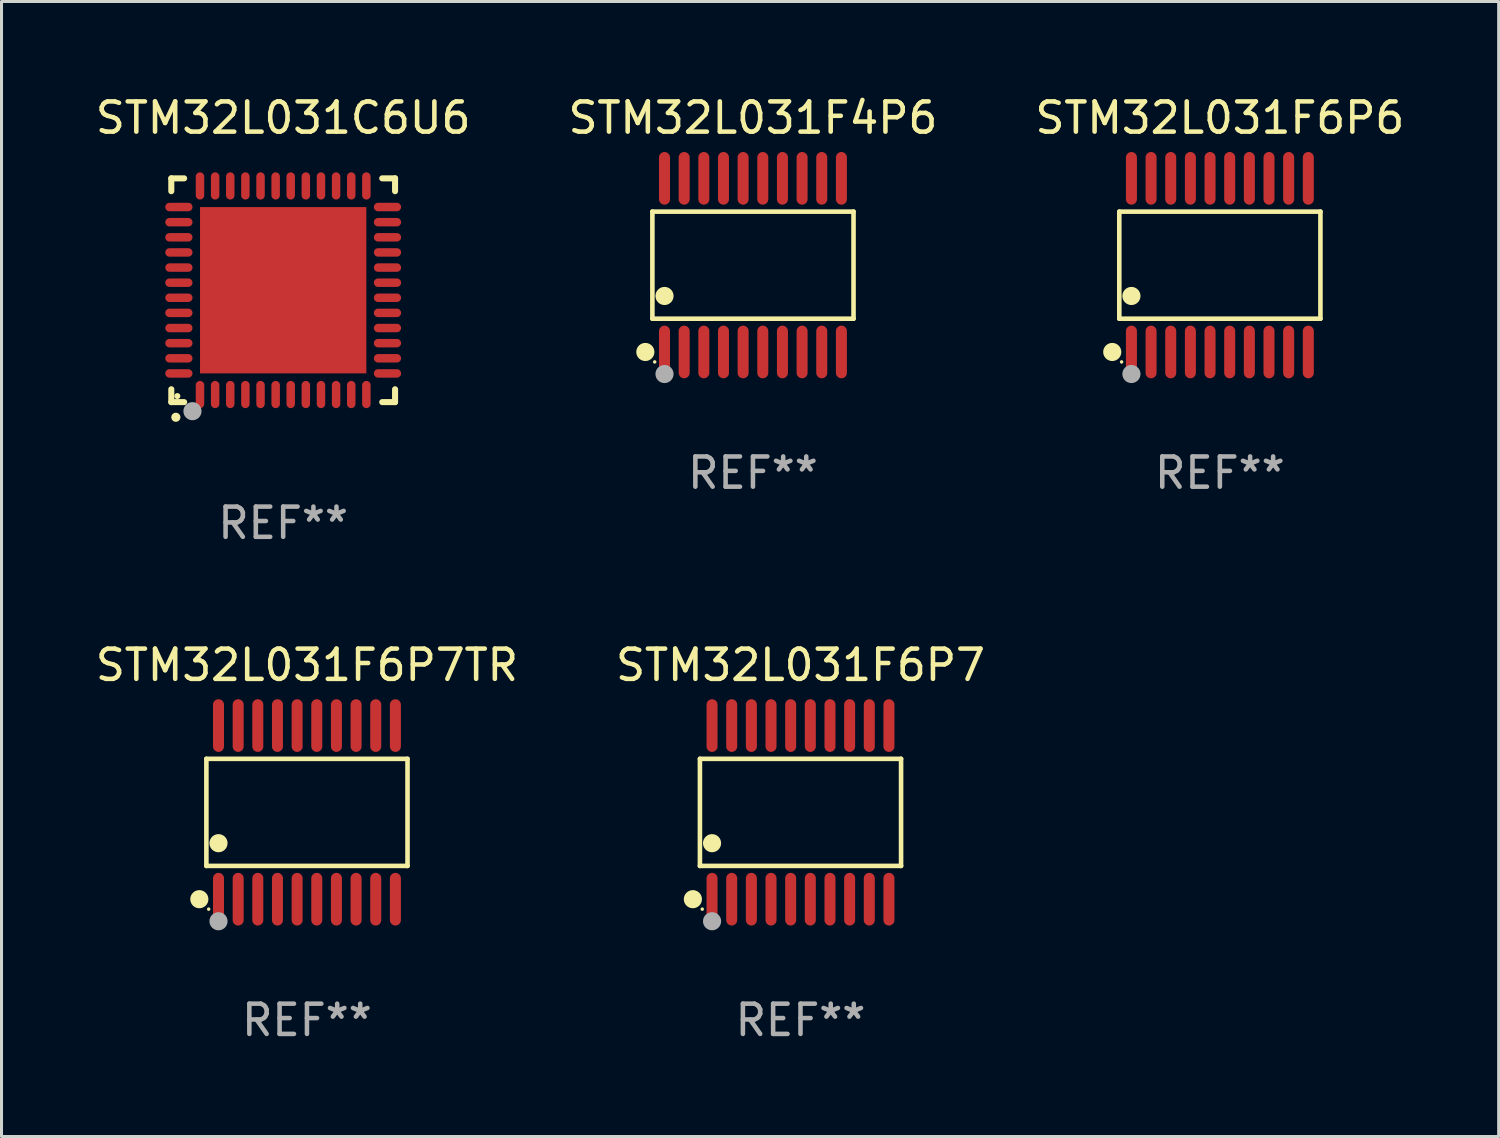
<source format=kicad_pcb>
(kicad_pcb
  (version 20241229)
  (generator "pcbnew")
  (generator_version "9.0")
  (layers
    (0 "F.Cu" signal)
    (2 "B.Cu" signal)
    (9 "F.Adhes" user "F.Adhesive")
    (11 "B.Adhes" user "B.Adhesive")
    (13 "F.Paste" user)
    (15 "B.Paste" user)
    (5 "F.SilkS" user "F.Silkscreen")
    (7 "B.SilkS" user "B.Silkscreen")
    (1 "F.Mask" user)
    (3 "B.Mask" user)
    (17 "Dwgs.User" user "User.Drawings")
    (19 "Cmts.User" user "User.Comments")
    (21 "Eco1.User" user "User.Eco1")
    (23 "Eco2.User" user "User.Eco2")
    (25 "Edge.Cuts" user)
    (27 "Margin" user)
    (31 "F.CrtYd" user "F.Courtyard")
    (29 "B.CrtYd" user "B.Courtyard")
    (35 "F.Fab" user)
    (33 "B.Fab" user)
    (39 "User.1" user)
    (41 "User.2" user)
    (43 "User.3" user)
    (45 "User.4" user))
  (footprint "STM32L031F6P7"
    (layer "F.Cu")
    (at 23.423 23.816)
    (property "Reference" "STM32L031F6P7" (at 0 -4.871 0) (layer "F.SilkS") (effects (font (size 1 1) (thickness 0.15))))
    (attr through_hole)
    (fp_line (start -3.326 -1.771) (end 3.326 -1.771) (stroke (width 0.152) (type solid)) (layer "F.SilkS"))
    (fp_line (start -3.326 1.771) (end -3.326 -1.771) (stroke (width 0.152) (type solid)) (layer "F.SilkS"))
    (fp_line (start 3.326 -1.771) (end 3.326 1.771) (stroke (width 0.152) (type solid)) (layer "F.SilkS"))
    (fp_line (start 3.326 1.771) (end -3.326 1.771) (stroke (width 0.152) (type solid)) (layer "F.SilkS"))
    (fp_circle (center -3.559 2.871) (end -3.409 2.871) (stroke (width 0.3) (type solid)) (fill no) (layer "F.SilkS"))
    (fp_circle (center -3.25 3.2) (end -3.22 3.2) (stroke (width 0.06) (type solid)) (fill no) (layer "F.SilkS"))
    (fp_circle (center -2.925 1.019) (end -2.775 1.019) (stroke (width 0.3) (type solid)) (fill no) (layer "F.SilkS"))
    (fp_circle (center -2.925 3.6) (end -2.775 3.6) (stroke (width 0.3) (type solid)) (fill no) (layer "F.Fab"))
    (fp_text user "REF**" (at 0 6.871 0) (layer "F.Fab") (effects (font (size 1 1) (thickness 0.15))))
    (pad "1" smd oval (at -2.925 2.871) (size 0.364 1.742) (layers "F.Cu" "F.Mask" "F.Paste"))
    (pad "2" smd oval (at -2.275 2.871) (size 0.364 1.742) (layers "F.Cu" "F.Mask" "F.Paste"))
    (pad "3" smd oval (at -1.625 2.871) (size 0.364 1.742) (layers "F.Cu" "F.Mask" "F.Paste"))
    (pad "4" smd oval (at -0.975 2.871) (size 0.364 1.742) (layers "F.Cu" "F.Mask" "F.Paste"))
    (pad "5" smd oval (at -0.325 2.871) (size 0.364 1.742) (layers "F.Cu" "F.Mask" "F.Paste"))
    (pad "6" smd oval (at 0.325 2.871) (size 0.364 1.742) (layers "F.Cu" "F.Mask" "F.Paste"))
    (pad "7" smd oval (at 0.975 2.871) (size 0.364 1.742) (layers "F.Cu" "F.Mask" "F.Paste"))
    (pad "8" smd oval (at 1.625 2.871) (size 0.364 1.742) (layers "F.Cu" "F.Mask" "F.Paste"))
    (pad "9" smd oval (at 2.275 2.871) (size 0.364 1.742) (layers "F.Cu" "F.Mask" "F.Paste"))
    (pad "10" smd oval (at 2.925 2.871) (size 0.364 1.742) (layers "F.Cu" "F.Mask" "F.Paste"))
    (pad "11" smd oval (at 2.925 -2.871) (size 0.364 1.742) (layers "F.Cu" "F.Mask" "F.Paste"))
    (pad "12" smd oval (at 2.275 -2.871) (size 0.364 1.742) (layers "F.Cu" "F.Mask" "F.Paste"))
    (pad "13" smd oval (at 1.625 -2.871) (size 0.364 1.742) (layers "F.Cu" "F.Mask" "F.Paste"))
    (pad "14" smd oval (at 0.975 -2.871) (size 0.364 1.742) (layers "F.Cu" "F.Mask" "F.Paste"))
    (pad "15" smd oval (at 0.325 -2.871) (size 0.364 1.742) (layers "F.Cu" "F.Mask" "F.Paste"))
    (pad "16" smd oval (at -0.325 -2.871) (size 0.364 1.742) (layers "F.Cu" "F.Mask" "F.Paste"))
    (pad "17" smd oval (at -0.975 -2.871) (size 0.364 1.742) (layers "F.Cu" "F.Mask" "F.Paste"))
    (pad "18" smd oval (at -1.625 -2.871) (size 0.364 1.742) (layers "F.Cu" "F.Mask" "F.Paste"))
    (pad "19" smd oval (at -2.275 -2.871) (size 0.364 1.742) (layers "F.Cu" "F.Mask" "F.Paste"))
    (pad "20" smd oval (at -2.925 -2.871) (size 0.364 1.742) (layers "F.Cu" "F.Mask" "F.Paste")))
  (footprint "STM32L031F6P7TR"
    (layer "F.Cu")
    (at 7.101 23.816)
    (property "Reference" "STM32L031F6P7TR" (at 0 -4.871 0) (layer "F.SilkS") (effects (font (size 1 1) (thickness 0.15))))
    (attr through_hole)
    (fp_line (start -3.326 -1.771) (end 3.326 -1.771) (stroke (width 0.152) (type solid)) (layer "F.SilkS"))
    (fp_line (start -3.326 1.771) (end -3.326 -1.771) (stroke (width 0.152) (type solid)) (layer "F.SilkS"))
    (fp_line (start 3.326 -1.771) (end 3.326 1.771) (stroke (width 0.152) (type solid)) (layer "F.SilkS"))
    (fp_line (start 3.326 1.771) (end -3.326 1.771) (stroke (width 0.152) (type solid)) (layer "F.SilkS"))
    (fp_circle (center -3.559 2.871) (end -3.409 2.871) (stroke (width 0.3) (type solid)) (fill no) (layer "F.SilkS"))
    (fp_circle (center -3.25 3.2) (end -3.22 3.2) (stroke (width 0.06) (type solid)) (fill no) (layer "F.SilkS"))
    (fp_circle (center -2.925 1.019) (end -2.775 1.019) (stroke (width 0.3) (type solid)) (fill no) (layer "F.SilkS"))
    (fp_circle (center -2.925 3.6) (end -2.775 3.6) (stroke (width 0.3) (type solid)) (fill no) (layer "F.Fab"))
    (fp_text user "REF**" (at 0 6.871 0) (layer "F.Fab") (effects (font (size 1 1) (thickness 0.15))))
    (pad "1" smd oval (at -2.925 2.871) (size 0.364 1.742) (layers "F.Cu" "F.Mask" "F.Paste"))
    (pad "2" smd oval (at -2.275 2.871) (size 0.364 1.742) (layers "F.Cu" "F.Mask" "F.Paste"))
    (pad "3" smd oval (at -1.625 2.871) (size 0.364 1.742) (layers "F.Cu" "F.Mask" "F.Paste"))
    (pad "4" smd oval (at -0.975 2.871) (size 0.364 1.742) (layers "F.Cu" "F.Mask" "F.Paste"))
    (pad "5" smd oval (at -0.325 2.871) (size 0.364 1.742) (layers "F.Cu" "F.Mask" "F.Paste"))
    (pad "6" smd oval (at 0.325 2.871) (size 0.364 1.742) (layers "F.Cu" "F.Mask" "F.Paste"))
    (pad "7" smd oval (at 0.975 2.871) (size 0.364 1.742) (layers "F.Cu" "F.Mask" "F.Paste"))
    (pad "8" smd oval (at 1.625 2.871) (size 0.364 1.742) (layers "F.Cu" "F.Mask" "F.Paste"))
    (pad "9" smd oval (at 2.275 2.871) (size 0.364 1.742) (layers "F.Cu" "F.Mask" "F.Paste"))
    (pad "10" smd oval (at 2.925 2.871) (size 0.364 1.742) (layers "F.Cu" "F.Mask" "F.Paste"))
    (pad "11" smd oval (at 2.925 -2.871) (size 0.364 1.742) (layers "F.Cu" "F.Mask" "F.Paste"))
    (pad "12" smd oval (at 2.275 -2.871) (size 0.364 1.742) (layers "F.Cu" "F.Mask" "F.Paste"))
    (pad "13" smd oval (at 1.625 -2.871) (size 0.364 1.742) (layers "F.Cu" "F.Mask" "F.Paste"))
    (pad "14" smd oval (at 0.975 -2.871) (size 0.364 1.742) (layers "F.Cu" "F.Mask" "F.Paste"))
    (pad "15" smd oval (at 0.325 -2.871) (size 0.364 1.742) (layers "F.Cu" "F.Mask" "F.Paste"))
    (pad "16" smd oval (at -0.325 -2.871) (size 0.364 1.742) (layers "F.Cu" "F.Mask" "F.Paste"))
    (pad "17" smd oval (at -0.975 -2.871) (size 0.364 1.742) (layers "F.Cu" "F.Mask" "F.Paste"))
    (pad "18" smd oval (at -1.625 -2.871) (size 0.364 1.742) (layers "F.Cu" "F.Mask" "F.Paste"))
    (pad "19" smd oval (at -2.275 -2.871) (size 0.364 1.742) (layers "F.Cu" "F.Mask" "F.Paste"))
    (pad "20" smd oval (at -2.925 -2.871) (size 0.364 1.742) (layers "F.Cu" "F.Mask" "F.Paste")))
  (footprint "STM32L031F4P6"
    (layer "F.Cu")
    (at 21.851 5.719)
    (property "Reference" "STM32L031F4P6" (at 0 -4.871 0) (layer "F.SilkS") (effects (font (size 1 1) (thickness 0.15))))
    (attr through_hole)
    (fp_line (start -3.326 -1.771) (end 3.326 -1.771) (stroke (width 0.152) (type solid)) (layer "F.SilkS"))
    (fp_line (start -3.326 1.771) (end -3.326 -1.771) (stroke (width 0.152) (type solid)) (layer "F.SilkS"))
    (fp_line (start 3.326 -1.771) (end 3.326 1.771) (stroke (width 0.152) (type solid)) (layer "F.SilkS"))
    (fp_line (start 3.326 1.771) (end -3.326 1.771) (stroke (width 0.152) (type solid)) (layer "F.SilkS"))
    (fp_circle (center -3.559 2.871) (end -3.409 2.871) (stroke (width 0.3) (type solid)) (fill no) (layer "F.SilkS"))
    (fp_circle (center -3.25 3.2) (end -3.22 3.2) (stroke (width 0.06) (type solid)) (fill no) (layer "F.SilkS"))
    (fp_circle (center -2.925 1.019) (end -2.775 1.019) (stroke (width 0.3) (type solid)) (fill no) (layer "F.SilkS"))
    (fp_circle (center -2.925 3.6) (end -2.775 3.6) (stroke (width 0.3) (type solid)) (fill no) (layer "F.Fab"))
    (fp_text user "REF**" (at 0 6.871 0) (layer "F.Fab") (effects (font (size 1 1) (thickness 0.15))))
    (pad "1" smd oval (at -2.925 2.871) (size 0.364 1.742) (layers "F.Cu" "F.Mask" "F.Paste"))
    (pad "2" smd oval (at -2.275 2.871) (size 0.364 1.742) (layers "F.Cu" "F.Mask" "F.Paste"))
    (pad "3" smd oval (at -1.625 2.871) (size 0.364 1.742) (layers "F.Cu" "F.Mask" "F.Paste"))
    (pad "4" smd oval (at -0.975 2.871) (size 0.364 1.742) (layers "F.Cu" "F.Mask" "F.Paste"))
    (pad "5" smd oval (at -0.325 2.871) (size 0.364 1.742) (layers "F.Cu" "F.Mask" "F.Paste"))
    (pad "6" smd oval (at 0.325 2.871) (size 0.364 1.742) (layers "F.Cu" "F.Mask" "F.Paste"))
    (pad "7" smd oval (at 0.975 2.871) (size 0.364 1.742) (layers "F.Cu" "F.Mask" "F.Paste"))
    (pad "8" smd oval (at 1.625 2.871) (size 0.364 1.742) (layers "F.Cu" "F.Mask" "F.Paste"))
    (pad "9" smd oval (at 2.275 2.871) (size 0.364 1.742) (layers "F.Cu" "F.Mask" "F.Paste"))
    (pad "10" smd oval (at 2.925 2.871) (size 0.364 1.742) (layers "F.Cu" "F.Mask" "F.Paste"))
    (pad "11" smd oval (at 2.925 -2.871) (size 0.364 1.742) (layers "F.Cu" "F.Mask" "F.Paste"))
    (pad "12" smd oval (at 2.275 -2.871) (size 0.364 1.742) (layers "F.Cu" "F.Mask" "F.Paste"))
    (pad "13" smd oval (at 1.625 -2.871) (size 0.364 1.742) (layers "F.Cu" "F.Mask" "F.Paste"))
    (pad "14" smd oval (at 0.975 -2.871) (size 0.364 1.742) (layers "F.Cu" "F.Mask" "F.Paste"))
    (pad "15" smd oval (at 0.325 -2.871) (size 0.364 1.742) (layers "F.Cu" "F.Mask" "F.Paste"))
    (pad "16" smd oval (at -0.325 -2.871) (size 0.364 1.742) (layers "F.Cu" "F.Mask" "F.Paste"))
    (pad "17" smd oval (at -0.975 -2.871) (size 0.364 1.742) (layers "F.Cu" "F.Mask" "F.Paste"))
    (pad "18" smd oval (at -1.625 -2.871) (size 0.364 1.742) (layers "F.Cu" "F.Mask" "F.Paste"))
    (pad "19" smd oval (at -2.275 -2.871) (size 0.364 1.742) (layers "F.Cu" "F.Mask" "F.Paste"))
    (pad "20" smd oval (at -2.925 -2.871) (size 0.364 1.742) (layers "F.Cu" "F.Mask" "F.Paste")))
  (footprint "STM32L031F6P6"
    (layer "F.Cu")
    (at 37.292 5.719)
    (property "Reference" "STM32L031F6P6" (at 0 -4.871 0) (layer "F.SilkS") (effects (font (size 1 1) (thickness 0.15))))
    (attr through_hole)
    (fp_line (start -3.326 -1.771) (end 3.326 -1.771) (stroke (width 0.152) (type solid)) (layer "F.SilkS"))
    (fp_line (start -3.326 1.771) (end -3.326 -1.771) (stroke (width 0.152) (type solid)) (layer "F.SilkS"))
    (fp_line (start 3.326 -1.771) (end 3.326 1.771) (stroke (width 0.152) (type solid)) (layer "F.SilkS"))
    (fp_line (start 3.326 1.771) (end -3.326 1.771) (stroke (width 0.152) (type solid)) (layer "F.SilkS"))
    (fp_circle (center -3.559 2.871) (end -3.409 2.871) (stroke (width 0.3) (type solid)) (fill no) (layer "F.SilkS"))
    (fp_circle (center -3.25 3.2) (end -3.22 3.2) (stroke (width 0.06) (type solid)) (fill no) (layer "F.SilkS"))
    (fp_circle (center -2.925 1.019) (end -2.775 1.019) (stroke (width 0.3) (type solid)) (fill no) (layer "F.SilkS"))
    (fp_circle (center -2.925 3.6) (end -2.775 3.6) (stroke (width 0.3) (type solid)) (fill no) (layer "F.Fab"))
    (fp_text user "REF**" (at 0 6.871 0) (layer "F.Fab") (effects (font (size 1 1) (thickness 0.15))))
    (pad "1" smd oval (at -2.925 2.871) (size 0.364 1.742) (layers "F.Cu" "F.Mask" "F.Paste"))
    (pad "2" smd oval (at -2.275 2.871) (size 0.364 1.742) (layers "F.Cu" "F.Mask" "F.Paste"))
    (pad "3" smd oval (at -1.625 2.871) (size 0.364 1.742) (layers "F.Cu" "F.Mask" "F.Paste"))
    (pad "4" smd oval (at -0.975 2.871) (size 0.364 1.742) (layers "F.Cu" "F.Mask" "F.Paste"))
    (pad "5" smd oval (at -0.325 2.871) (size 0.364 1.742) (layers "F.Cu" "F.Mask" "F.Paste"))
    (pad "6" smd oval (at 0.325 2.871) (size 0.364 1.742) (layers "F.Cu" "F.Mask" "F.Paste"))
    (pad "7" smd oval (at 0.975 2.871) (size 0.364 1.742) (layers "F.Cu" "F.Mask" "F.Paste"))
    (pad "8" smd oval (at 1.625 2.871) (size 0.364 1.742) (layers "F.Cu" "F.Mask" "F.Paste"))
    (pad "9" smd oval (at 2.275 2.871) (size 0.364 1.742) (layers "F.Cu" "F.Mask" "F.Paste"))
    (pad "10" smd oval (at 2.925 2.871) (size 0.364 1.742) (layers "F.Cu" "F.Mask" "F.Paste"))
    (pad "11" smd oval (at 2.925 -2.871) (size 0.364 1.742) (layers "F.Cu" "F.Mask" "F.Paste"))
    (pad "12" smd oval (at 2.275 -2.871) (size 0.364 1.742) (layers "F.Cu" "F.Mask" "F.Paste"))
    (pad "13" smd oval (at 1.625 -2.871) (size 0.364 1.742) (layers "F.Cu" "F.Mask" "F.Paste"))
    (pad "14" smd oval (at 0.975 -2.871) (size 0.364 1.742) (layers "F.Cu" "F.Mask" "F.Paste"))
    (pad "15" smd oval (at 0.325 -2.871) (size 0.364 1.742) (layers "F.Cu" "F.Mask" "F.Paste"))
    (pad "16" smd oval (at -0.325 -2.871) (size 0.364 1.742) (layers "F.Cu" "F.Mask" "F.Paste"))
    (pad "17" smd oval (at -0.975 -2.871) (size 0.364 1.742) (layers "F.Cu" "F.Mask" "F.Paste"))
    (pad "18" smd oval (at -1.625 -2.871) (size 0.364 1.742) (layers "F.Cu" "F.Mask" "F.Paste"))
    (pad "19" smd oval (at -2.275 -2.871) (size 0.364 1.742) (layers "F.Cu" "F.Mask" "F.Paste"))
    (pad "20" smd oval (at -2.925 -2.871) (size 0.364 1.742) (layers "F.Cu" "F.Mask" "F.Paste")))
  (footprint "STM32L031C6U6"
    (layer "F.Cu")
    (at 6.315 6.548)
    (property "Reference" "STM32L031C6U6" (at 0 -5.7 0) (layer "F.SilkS") (effects (font (size 1 1) (thickness 0.15))))
    (attr through_hole)
    (fp_line (start -3.7 -3.7) (end -3.275 -3.7) (stroke (width 0.2) (type solid)) (layer "F.SilkS"))
    (fp_line (start -3.7 -3.275) (end -3.7 -3.7) (stroke (width 0.2) (type solid)) (layer "F.SilkS"))
    (fp_line (start -3.7 3.7) (end -3.7 3.275) (stroke (width 0.2) (type solid)) (layer "F.SilkS"))
    (fp_line (start -3.275 3.7) (end -3.7 3.7) (stroke (width 0.2) (type solid)) (layer "F.SilkS"))
    (fp_line (start 3.7 -3.7) (end 3.275 -3.7) (stroke (width 0.2) (type solid)) (layer "F.SilkS"))
    (fp_line (start 3.7 -3.275) (end 3.7 -3.7) (stroke (width 0.2) (type solid)) (layer "F.SilkS"))
    (fp_line (start 3.7 3.275) (end 3.7 3.7) (stroke (width 0.2) (type solid)) (layer "F.SilkS"))
    (fp_line (start 3.7 3.7) (end 3.275 3.7) (stroke (width 0.2) (type solid)) (layer "F.SilkS"))
    (fp_arc (start -3.550927 4.201168) (mid -3.549657 4.201163) (end -3.548387 4.201168) (stroke (width 0.3) (type solid)) (layer "F.SilkS"))
    (fp_circle (center -3.5 3.5) (end -3.45 3.5) (stroke (width 0.1) (type solid)) (fill no) (layer "F.SilkS"))
    (fp_circle (center -3 4) (end -2.85 4) (stroke (width 0.3) (type solid)) (fill no) (layer "F.Fab"))
    (fp_text user "REF**" (at 0 7.7 0) (layer "F.Fab") (effects (font (size 1 1) (thickness 0.15))))
    (pad "1" smd oval (at -2.751 3.449) (size 0.28 0.9) (layers "F.Cu" "F.Mask" "F.Paste"))
    (pad "2" smd oval (at -2.25 3.449) (size 0.28 0.9) (layers "F.Cu" "F.Mask" "F.Paste"))
    (pad "3" smd oval (at -1.75 3.449) (size 0.28 0.9) (layers "F.Cu" "F.Mask" "F.Paste"))
    (pad "4" smd oval (at -1.25 3.449) (size 0.28 0.9) (layers "F.Cu" "F.Mask" "F.Paste"))
    (pad "5" smd oval (at -0.749 3.449) (size 0.28 0.9) (layers "F.Cu" "F.Mask" "F.Paste"))
    (pad "6" smd oval (at -0.249 3.449) (size 0.28 0.9) (layers "F.Cu" "F.Mask" "F.Paste"))
    (pad "7" smd oval (at 0.249 3.449) (size 0.28 0.9) (layers "F.Cu" "F.Mask" "F.Paste"))
    (pad "8" smd oval (at 0.749 3.449) (size 0.28 0.9) (layers "F.Cu" "F.Mask" "F.Paste"))
    (pad "9" smd oval (at 1.25 3.449) (size 0.28 0.9) (layers "F.Cu" "F.Mask" "F.Paste"))
    (pad "10" smd oval (at 1.75 3.449) (size 0.28 0.9) (layers "F.Cu" "F.Mask" "F.Paste"))
    (pad "11" smd oval (at 2.251 3.449) (size 0.28 0.9) (layers "F.Cu" "F.Mask" "F.Paste"))
    (pad "12" smd oval (at 2.751 3.449) (size 0.28 0.9) (layers "F.Cu" "F.Mask" "F.Paste"))
    (pad "13" smd oval (at 3.449 2.751) (size 0.9 0.28) (layers "F.Cu" "F.Mask" "F.Paste"))
    (pad "14" smd oval (at 3.449 2.251) (size 0.9 0.28) (layers "F.Cu" "F.Mask" "F.Paste"))
    (pad "15" smd oval (at 3.449 1.75) (size 0.9 0.28) (layers "F.Cu" "F.Mask" "F.Paste"))
    (pad "16" smd oval (at 3.449 1.25) (size 0.9 0.28) (layers "F.Cu" "F.Mask" "F.Paste"))
    (pad "17" smd oval (at 3.449 0.749) (size 0.9 0.28) (layers "F.Cu" "F.Mask" "F.Paste"))
    (pad "18" smd oval (at 3.449 0.249) (size 0.9 0.28) (layers "F.Cu" "F.Mask" "F.Paste"))
    (pad "19" smd oval (at 3.449 -0.249) (size 0.9 0.28) (layers "F.Cu" "F.Mask" "F.Paste"))
    (pad "20" smd oval (at 3.449 -0.749) (size 0.9 0.28) (layers "F.Cu" "F.Mask" "F.Paste"))
    (pad "21" smd oval (at 3.449 -1.25) (size 0.9 0.28) (layers "F.Cu" "F.Mask" "F.Paste"))
    (pad "22" smd oval (at 3.449 -1.75) (size 0.9 0.28) (layers "F.Cu" "F.Mask" "F.Paste"))
    (pad "23" smd oval (at 3.449 -2.25) (size 0.9 0.28) (layers "F.Cu" "F.Mask" "F.Paste"))
    (pad "24" smd oval (at 3.449 -2.751) (size 0.9 0.28) (layers "F.Cu" "F.Mask" "F.Paste"))
    (pad "25" smd oval (at 2.751 -3.449) (size 0.28 0.9) (layers "F.Cu" "F.Mask" "F.Paste"))
    (pad "26" smd oval (at 2.251 -3.449) (size 0.28 0.9) (layers "F.Cu" "F.Mask" "F.Paste"))
    (pad "27" smd oval (at 1.75 -3.449) (size 0.28 0.9) (layers "F.Cu" "F.Mask" "F.Paste"))
    (pad "28" smd oval (at 1.25 -3.449) (size 0.28 0.9) (layers "F.Cu" "F.Mask" "F.Paste"))
    (pad "29" smd oval (at 0.749 -3.449) (size 0.28 0.9) (layers "F.Cu" "F.Mask" "F.Paste"))
    (pad "30" smd oval (at 0.249 -3.449) (size 0.28 0.9) (layers "F.Cu" "F.Mask" "F.Paste"))
    (pad "31" smd oval (at -0.249 -3.449) (size 0.28 0.9) (layers "F.Cu" "F.Mask" "F.Paste"))
    (pad "32" smd oval (at -0.749 -3.449) (size 0.28 0.9) (layers "F.Cu" "F.Mask" "F.Paste"))
    (pad "33" smd oval (at -1.25 -3.449) (size 0.28 0.9) (layers "F.Cu" "F.Mask" "F.Paste"))
    (pad "34" smd oval (at -1.75 -3.449) (size 0.28 0.9) (layers "F.Cu" "F.Mask" "F.Paste"))
    (pad "35" smd oval (at -2.25 -3.449) (size 0.28 0.9) (layers "F.Cu" "F.Mask" "F.Paste"))
    (pad "36" smd oval (at -2.751 -3.449) (size 0.28 0.9) (layers "F.Cu" "F.Mask" "F.Paste"))
    (pad "37" smd oval (at -3.449 -2.751) (size 0.9 0.28) (layers "F.Cu" "F.Mask" "F.Paste"))
    (pad "38" smd oval (at -3.449 -2.25) (size 0.9 0.28) (layers "F.Cu" "F.Mask" "F.Paste"))
    (pad "39" smd oval (at -3.449 -1.75) (size 0.9 0.28) (layers "F.Cu" "F.Mask" "F.Paste"))
    (pad "40" smd oval (at -3.449 -1.25) (size 0.9 0.28) (layers "F.Cu" "F.Mask" "F.Paste"))
    (pad "41" smd oval (at -3.449 -0.749) (size 0.9 0.28) (layers "F.Cu" "F.Mask" "F.Paste"))
    (pad "42" smd oval (at -3.449 -0.249) (size 0.9 0.28) (layers "F.Cu" "F.Mask" "F.Paste"))
    (pad "43" smd oval (at -3.449 0.249) (size 0.9 0.28) (layers "F.Cu" "F.Mask" "F.Paste"))
    (pad "44" smd oval (at -3.449 0.749) (size 0.9 0.28) (layers "F.Cu" "F.Mask" "F.Paste"))
    (pad "45" smd oval (at -3.449 1.25) (size 0.9 0.28) (layers "F.Cu" "F.Mask" "F.Paste"))
    (pad "46" smd oval (at -3.449 1.75) (size 0.9 0.28) (layers "F.Cu" "F.Mask" "F.Paste"))
    (pad "47" smd oval (at -3.449 2.251) (size 0.9 0.28) (layers "F.Cu" "F.Mask" "F.Paste"))
    (pad "48" smd oval (at -3.449 2.751) (size 0.9 0.28) (layers "F.Cu" "F.Mask" "F.Paste"))
    (pad "49" smd rect (at 0.000076 0.000076) (size 5.5 5.5) (layers "F.Cu" "F.Mask" "F.Paste")))
  (gr_rect
    (start -3 -3)
    (end 46.512 34.535)
    (stroke (width 0.1) (type default))
    (fill no)
    (layer "Edge.Cuts")))
</source>
